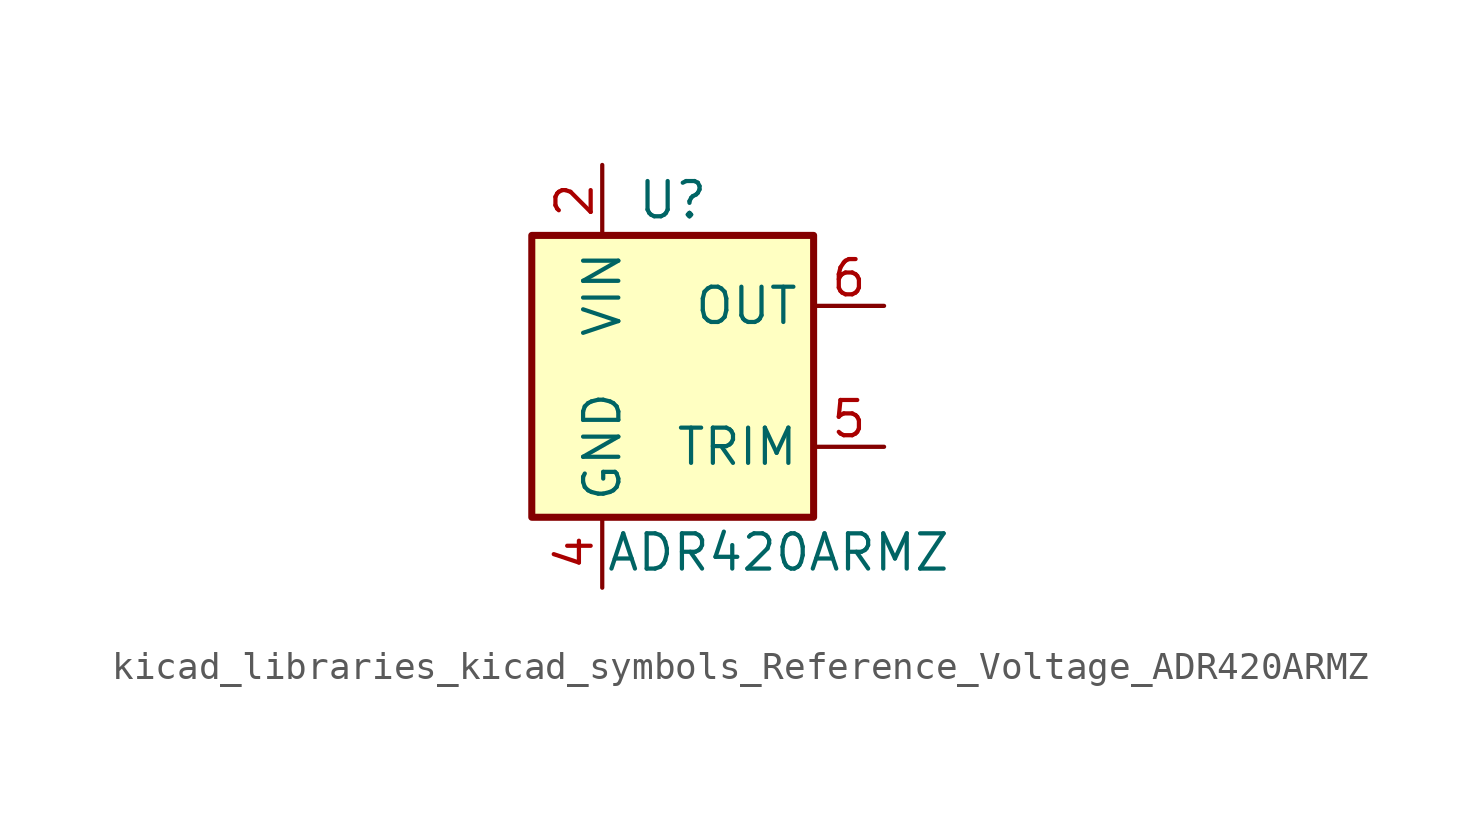
<source format=kicad_sym>
(kicad_symbol_lib
  (version 20220914)
  (generator kicad_symbol_editor)
  (symbol "kicad_libraries_kicad_symbols_Reference_Voltage_ADR420ARMZ"
    (property "Reference" "U"
      (at 0 6.35 0)
      (effects (font (size 1.27 1.27))))
    (property "Value" "ADR420ARMZ"
      (at 3.81 -6.35 0)
      (effects (font (size 1.27 1.27))))
    (symbol "kicad_libraries_kicad_symbols_Reference_Voltage_ADR420ARMZ_0_1"
      (rectangle (start 5.08 -5.08) (end -5.08 5.08) (stroke (width 0.254) (type default)) (fill (type background)))
      (pin no_connect line (at -5.08 0 0) (length 2.54) hide (name "TP" (effects (font (size 1.27 1.27)))) (number "1" (effects (font (size 1.27 1.27)))))
      (pin power_in line (at -2.54 7.62 270) (length 2.54) (name "VIN" (effects (font (size 1.27 1.27)))) (number "2" (effects (font (size 1.27 1.27)))))
      (pin no_connect line (at 5.08 0 180) (length 2.54) hide (name "NC" (effects (font (size 1.27 1.27)))) (number "3" (effects (font (size 1.27 1.27)))))
      (pin power_in line (at -2.54 -7.62 90) (length 2.54) (name "GND" (effects (font (size 1.27 1.27)))) (number "4" (effects (font (size 1.27 1.27)))))
      (pin passive line (at 7.62 -2.54 180) (length 2.54) (name "TRIM" (effects (font (size 1.27 1.27)))) (number "5" (effects (font (size 1.27 1.27)))))
      (pin output line (at 7.62 2.54 180) (length 2.54) (name "OUT" (effects (font (size 1.27 1.27)))) (number "6" (effects (font (size 1.27 1.27)))))
      (pin no_connect line (at -5.08 2.54 0) (length 2.54) hide (name "NC" (effects (font (size 1.27 1.27)))) (number "7" (effects (font (size 1.27 1.27)))))
      (pin no_connect line (at -5.08 -2.54 0) (length 2.54) hide (name "TP" (effects (font (size 1.27 1.27)))) (number "8" (effects (font (size 1.27 1.27))))))))
</source>
